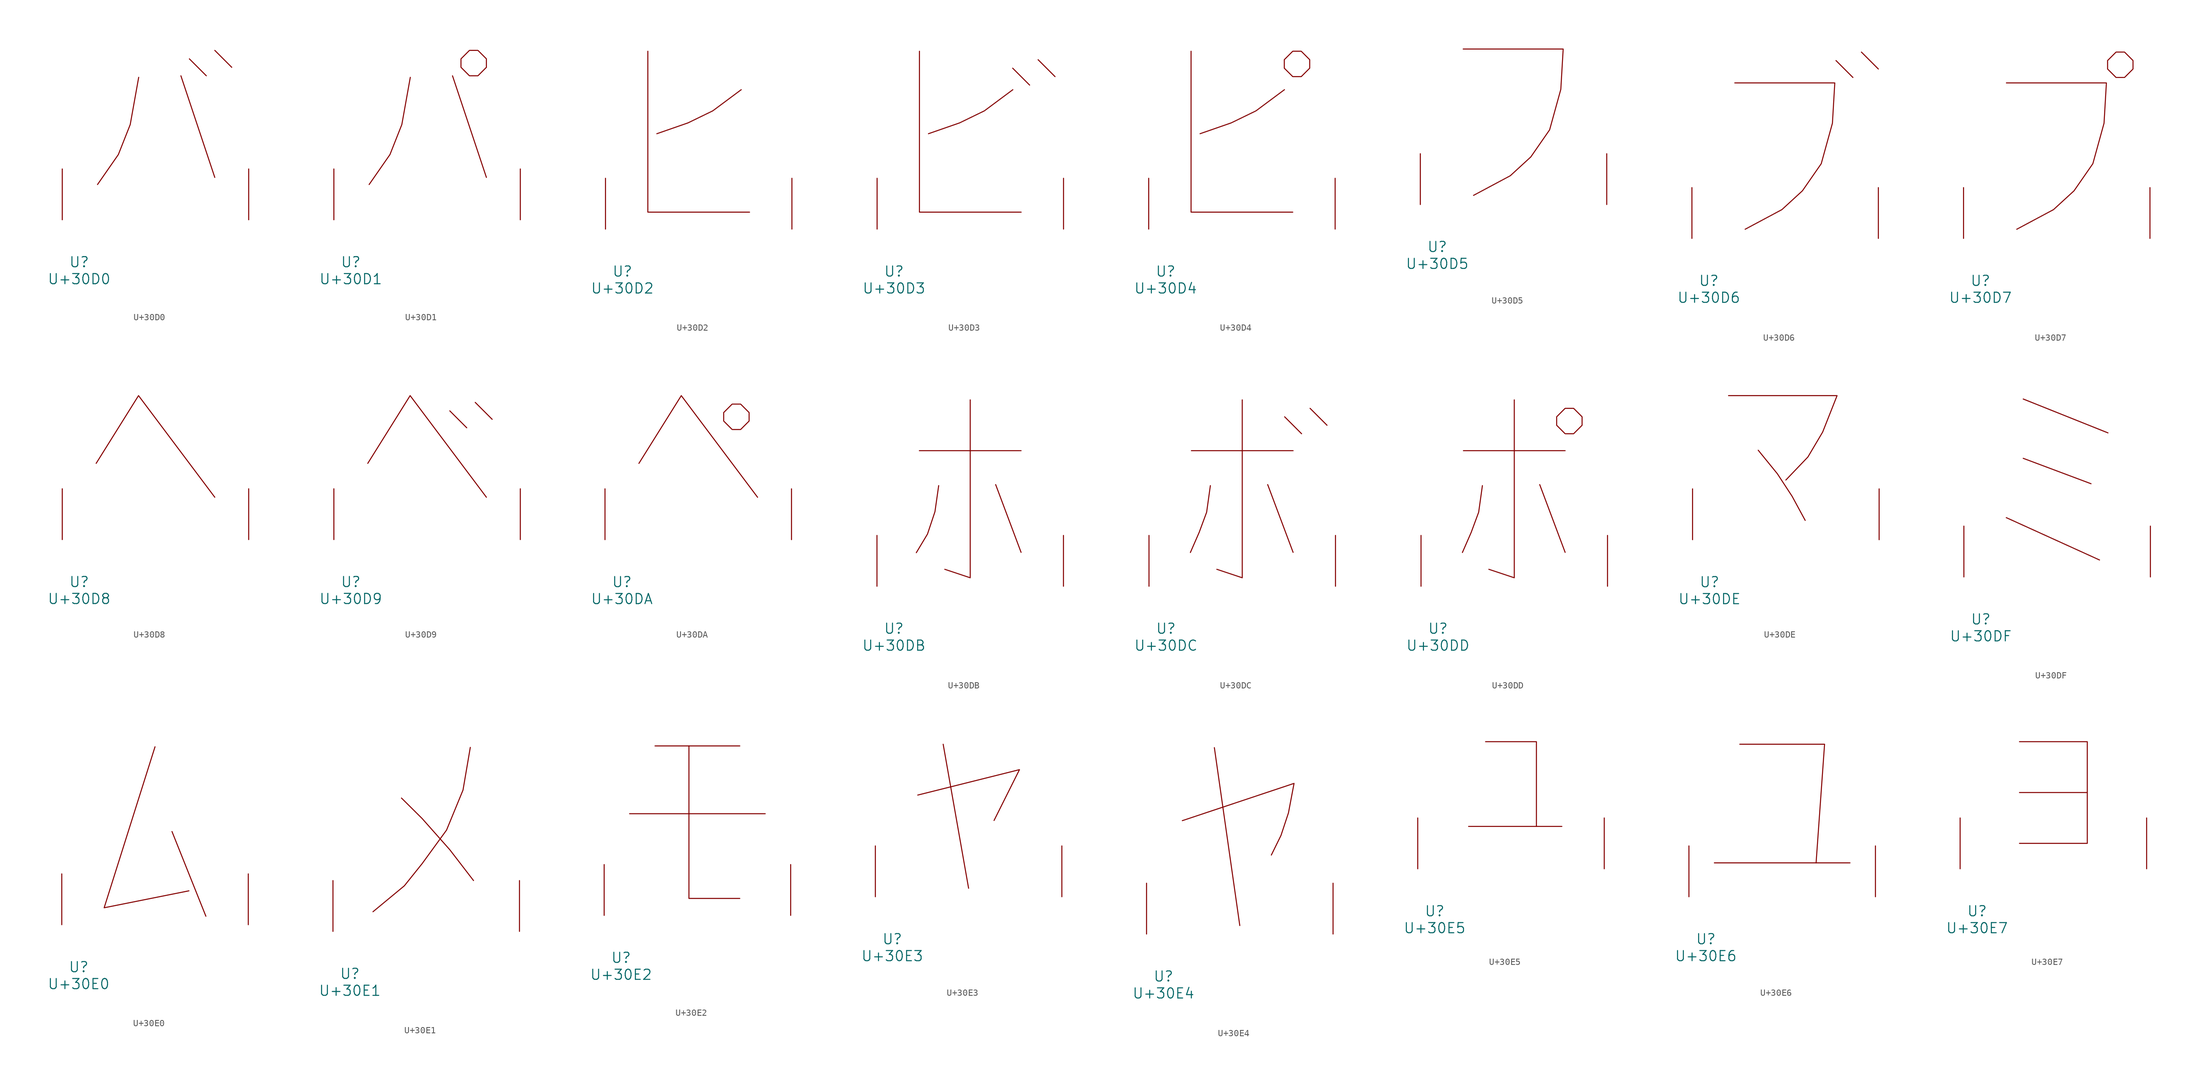
<source format=kicad_sym>
(kicad_symbol_lib
  (version 20231120)
  (generator "kicad_symbol_editor")
  (generator_version "8.0")
  (symbol "U+30D0"
    (pin_names
      (offset 1.016))
    (property "Reference" "U"
      (at 0 -6.35 0)
      (effects (font (size 1.524 1.524))))
    (property "Value" "U+30D0"
      (at 0 -8.89 0)
      (effects (font (size 1.524 1.524))))
    (symbol "U+30D0_0_1"
      (polyline (pts (xy 15.24 21.59) (xy 20.32 6.35)) (stroke (width 0) (type solid)) (fill (type none)))
      (polyline (pts (xy 16.51 24.13) (xy 19.05 21.59)) (stroke (width 0) (type solid)) (fill (type none)))
      (polyline (pts (xy 20.32 25.4) (xy 22.86 22.86)) (stroke (width 0) (type solid)) (fill (type none)))
      (polyline (pts (xy 8.915 21.361) (xy 7.645 14.275) (xy 5.867 9.779) (xy 2.743 5.283)) (stroke (width 0) (type solid)) (fill (type none)))
      (pin input line (at -2.54 0 90) (length 7.62) (name "~" (effects (font (size 1.27 1.27)))) (number "~" (effects (font (size 1.27 1.27)))))
      (pin input line (at 25.4 0 90) (length 7.62) (name "~" (effects (font (size 1.27 1.27)))) (number "~" (effects (font (size 1.27 1.27)))))))
  (symbol "U+30D1"
    (pin_names
      (offset 1.016))
    (property "Reference" "U"
      (at 0 -6.35 0)
      (effects (font (size 1.524 1.524))))
    (property "Value" "U+30D1"
      (at 0 -8.89 0)
      (effects (font (size 1.524 1.524))))
    (symbol "U+30D1_0_1"
      (polyline (pts (xy 15.24 21.59) (xy 20.32 6.35)) (stroke (width 0) (type solid)) (fill (type none)))
      (polyline (pts (xy 8.915 21.361) (xy 7.645 14.275) (xy 5.867 9.779) (xy 2.743 5.283)) (stroke (width 0) (type solid)) (fill (type none)))
      (polyline (pts (xy 17.78 25.4) (xy 19.05 25.4) (xy 20.32 24.13) (xy 20.32 22.86) (xy 19.05 21.59) (xy 17.78 21.59) (xy 16.51 22.86) (xy 16.51 24.13) (xy 17.78 25.4)) (stroke (width 0) (type solid)) (fill (type none)))
      (pin input line (at -2.54 0 90) (length 7.62) (name "~" (effects (font (size 1.27 1.27)))) (number "~" (effects (font (size 1.27 1.27)))))
      (pin input line (at 25.4 0 90) (length 7.62) (name "~" (effects (font (size 1.27 1.27)))) (number "~" (effects (font (size 1.27 1.27)))))))
  (symbol "U+30D2"
    (pin_names
      (offset 1.016))
    (property "Reference" "U"
      (at 0 -6.35 0)
      (effects (font (size 1.524 1.524))))
    (property "Value" "U+30D2"
      (at 0 -8.89 0)
      (effects (font (size 1.524 1.524))))
    (symbol "U+30D2_0_1"
      (polyline (pts (xy 3.81 26.67) (xy 3.81 2.54) (xy 19.05 2.54)) (stroke (width 0) (type solid)) (fill (type none)))
      (polyline (pts (xy 17.805 20.904) (xy 13.538 17.729) (xy 9.83 15.926) (xy 5.156 14.3)) (stroke (width 0) (type solid)) (fill (type none)))
      (pin input line (at -2.54 0 90) (length 7.62) (name "~" (effects (font (size 1.27 1.27)))) (number "~" (effects (font (size 1.27 1.27)))))
      (pin input line (at 25.4 0 90) (length 7.62) (name "~" (effects (font (size 1.27 1.27)))) (number "~" (effects (font (size 1.27 1.27)))))))
  (symbol "U+30D3"
    (pin_names
      (offset 1.016))
    (property "Reference" "U"
      (at 0 -6.35 0)
      (effects (font (size 1.524 1.524))))
    (property "Value" "U+30D3"
      (at 0 -8.89 0)
      (effects (font (size 1.524 1.524))))
    (symbol "U+30D3_0_1"
      (polyline (pts (xy 17.78 24.13) (xy 20.32 21.59)) (stroke (width 0) (type solid)) (fill (type none)))
      (polyline (pts (xy 21.59 25.4) (xy 24.13 22.86)) (stroke (width 0) (type solid)) (fill (type none)))
      (polyline (pts (xy 3.81 26.67) (xy 3.81 2.54) (xy 19.05 2.54)) (stroke (width 0) (type solid)) (fill (type none)))
      (polyline (pts (xy 17.805 20.904) (xy 13.538 17.729) (xy 9.83 15.926) (xy 5.156 14.3)) (stroke (width 0) (type solid)) (fill (type none)))
      (pin input line (at -2.54 0 90) (length 7.62) (name "~" (effects (font (size 1.27 1.27)))) (number "~" (effects (font (size 1.27 1.27)))))
      (pin input line (at 25.4 0 90) (length 7.62) (name "~" (effects (font (size 1.27 1.27)))) (number "~" (effects (font (size 1.27 1.27)))))))
  (symbol "U+30D4"
    (pin_names
      (offset 1.016))
    (property "Reference" "U"
      (at 0 -6.35 0)
      (effects (font (size 1.524 1.524))))
    (property "Value" "U+30D4"
      (at 0 -8.89 0)
      (effects (font (size 1.524 1.524))))
    (symbol "U+30D4_0_1"
      (polyline (pts (xy 3.81 26.67) (xy 3.81 2.54) (xy 19.05 2.54)) (stroke (width 0) (type solid)) (fill (type none)))
      (polyline (pts (xy 17.805 20.904) (xy 13.538 17.729) (xy 9.83 15.926) (xy 5.156 14.3)) (stroke (width 0) (type solid)) (fill (type none)))
      (polyline (pts (xy 19.05 26.67) (xy 20.32 26.67) (xy 21.59 25.4) (xy 21.59 24.13) (xy 20.32 22.86) (xy 19.05 22.86) (xy 17.78 24.13) (xy 17.78 25.4) (xy 19.05 26.67)) (stroke (width 0) (type solid)) (fill (type none)))
      (pin input line (at -2.54 0 90) (length 7.62) (name "~" (effects (font (size 1.27 1.27)))) (number "~" (effects (font (size 1.27 1.27)))))
      (pin input line (at 25.4 0 90) (length 7.62) (name "~" (effects (font (size 1.27 1.27)))) (number "~" (effects (font (size 1.27 1.27)))))))
  (symbol "U+30D5"
    (pin_names
      (offset 1.016))
    (property "Reference" "U"
      (at 0 -6.35 0)
      (effects (font (size 1.524 1.524))))
    (property "Value" "U+30D5"
      (at 0 -8.89 0)
      (effects (font (size 1.524 1.524))))
    (symbol "U+30D5_0_1"
      (polyline (pts (xy 3.886 23.317) (xy 18.872 23.317) (xy 18.517 17.272) (xy 16.84 11.201) (xy 14.021 7.137) (xy 10.947 4.318) (xy 5.436 1.372)) (stroke (width 0) (type solid)) (fill (type none)))
      (pin input line (at -2.54 0 90) (length 7.62) (name "~" (effects (font (size 1.27 1.27)))) (number "~" (effects (font (size 1.27 1.27)))))
      (pin input line (at 25.4 0 90) (length 7.62) (name "~" (effects (font (size 1.27 1.27)))) (number "~" (effects (font (size 1.27 1.27)))))))
  (symbol "U+30D6"
    (pin_names
      (offset 1.016))
    (property "Reference" "U"
      (at 0 -6.35 0)
      (effects (font (size 1.524 1.524))))
    (property "Value" "U+30D6"
      (at 0 -8.89 0)
      (effects (font (size 1.524 1.524))))
    (symbol "U+30D6_0_1"
      (polyline (pts (xy 19.05 26.67) (xy 21.59 24.13)) (stroke (width 0) (type solid)) (fill (type none)))
      (polyline (pts (xy 22.86 27.94) (xy 25.4 25.4)) (stroke (width 0) (type solid)) (fill (type none)))
      (polyline (pts (xy 3.886 23.317) (xy 18.872 23.317) (xy 18.517 17.272) (xy 16.84 11.201) (xy 14.021 7.137) (xy 10.947 4.318) (xy 5.436 1.372)) (stroke (width 0) (type solid)) (fill (type none)))
      (pin input line (at -2.54 0 90) (length 7.62) (name "~" (effects (font (size 1.27 1.27)))) (number "~" (effects (font (size 1.27 1.27)))))
      (pin input line (at 25.4 0 90) (length 7.62) (name "~" (effects (font (size 1.27 1.27)))) (number "~" (effects (font (size 1.27 1.27)))))))
  (symbol "U+30D7"
    (pin_names
      (offset 1.016))
    (property "Reference" "U"
      (at 0 -6.35 0)
      (effects (font (size 1.524 1.524))))
    (property "Value" "U+30D7"
      (at 0 -8.89 0)
      (effects (font (size 1.524 1.524))))
    (symbol "U+30D7_0_1"
      (polyline (pts (xy 3.886 23.317) (xy 18.872 23.317) (xy 18.517 17.272) (xy 16.84 11.201) (xy 14.021 7.137) (xy 10.947 4.318) (xy 5.436 1.372)) (stroke (width 0) (type solid)) (fill (type none)))
      (polyline (pts (xy 20.32 27.94) (xy 21.59 27.94) (xy 22.86 26.67) (xy 22.86 25.4) (xy 21.59 24.13) (xy 20.32 24.13) (xy 19.05 25.4) (xy 19.05 26.67) (xy 20.32 27.94)) (stroke (width 0) (type solid)) (fill (type none)))
      (pin input line (at -2.54 0 90) (length 7.62) (name "~" (effects (font (size 1.27 1.27)))) (number "~" (effects (font (size 1.27 1.27)))))
      (pin input line (at 25.4 0 90) (length 7.62) (name "~" (effects (font (size 1.27 1.27)))) (number "~" (effects (font (size 1.27 1.27)))))))
  (symbol "U+30D8"
    (pin_names
      (offset 1.016))
    (property "Reference" "U"
      (at 0 -6.35 0)
      (effects (font (size 1.524 1.524))))
    (property "Value" "U+30D8"
      (at 0 -8.89 0)
      (effects (font (size 1.524 1.524))))
    (symbol "U+30D8_0_1"
      (polyline (pts (xy 2.54 11.43) (xy 8.89 21.59) (xy 20.32 6.35)) (stroke (width 0) (type solid)) (fill (type none)))
      (pin input line (at -2.54 0 90) (length 7.62) (name "~" (effects (font (size 1.27 1.27)))) (number "~" (effects (font (size 1.27 1.27)))))
      (pin input line (at 25.4 0 90) (length 7.62) (name "~" (effects (font (size 1.27 1.27)))) (number "~" (effects (font (size 1.27 1.27)))))))
  (symbol "U+30D9"
    (pin_names
      (offset 1.016))
    (property "Reference" "U"
      (at 0 -6.35 0)
      (effects (font (size 1.524 1.524))))
    (property "Value" "U+30D9"
      (at 0 -8.89 0)
      (effects (font (size 1.524 1.524))))
    (symbol "U+30D9_0_1"
      (polyline (pts (xy 14.834 19.304) (xy 17.374 16.764)) (stroke (width 0) (type solid)) (fill (type none)))
      (polyline (pts (xy 18.644 20.574) (xy 21.184 18.034)) (stroke (width 0) (type solid)) (fill (type none)))
      (polyline (pts (xy 2.54 11.43) (xy 8.89 21.59) (xy 20.32 6.35)) (stroke (width 0) (type solid)) (fill (type none)))
      (pin input line (at -2.54 0 90) (length 7.62) (name "~" (effects (font (size 1.27 1.27)))) (number "~" (effects (font (size 1.27 1.27)))))
      (pin input line (at 25.4 0 90) (length 7.62) (name "~" (effects (font (size 1.27 1.27)))) (number "~" (effects (font (size 1.27 1.27)))))))
  (symbol "U+30DA"
    (pin_names
      (offset 1.016))
    (property "Reference" "U"
      (at 0 -6.35 0)
      (effects (font (size 1.524 1.524))))
    (property "Value" "U+30DA"
      (at 0 -8.89 0)
      (effects (font (size 1.524 1.524))))
    (symbol "U+30DA_0_1"
      (polyline (pts (xy 2.54 11.43) (xy 8.89 21.59) (xy 20.32 6.35)) (stroke (width 0) (type solid)) (fill (type none)))
      (polyline (pts (xy 16.51 20.32) (xy 17.78 20.32) (xy 19.05 19.05) (xy 19.05 17.78) (xy 17.78 16.51) (xy 16.51 16.51) (xy 15.24 17.78) (xy 15.24 19.05) (xy 16.51 20.32)) (stroke (width 0) (type solid)) (fill (type none)))
      (pin input line (at -2.54 0 90) (length 7.62) (name "~" (effects (font (size 1.27 1.27)))) (number "~" (effects (font (size 1.27 1.27)))))
      (pin input line (at 25.4 0 90) (length 7.62) (name "~" (effects (font (size 1.27 1.27)))) (number "~" (effects (font (size 1.27 1.27)))))))
  (symbol "U+30DB"
    (pin_names
      (offset 1.016))
    (property "Reference" "U"
      (at 0 -6.35 0)
      (effects (font (size 1.524 1.524))))
    (property "Value" "U+30DB"
      (at 0 -8.89 0)
      (effects (font (size 1.524 1.524))))
    (symbol "U+30DB_0_1"
      (polyline (pts (xy 3.81 20.32) (xy 19.05 20.32)) (stroke (width 0) (type solid)) (fill (type none)))
      (polyline (pts (xy 15.24 15.24) (xy 19.05 5.08)) (stroke (width 0) (type solid)) (fill (type none)))
      (polyline (pts (xy 11.43 27.94) (xy 11.43 1.27) (xy 7.62 2.54)) (stroke (width 0) (type solid)) (fill (type none)))
      (polyline (pts (xy 6.706 15.088) (xy 6.147 11.176) (xy 5.029 7.823) (xy 3.353 5.029)) (stroke (width 0) (type solid)) (fill (type none)))
      (pin input line (at -2.54 0 90) (length 7.62) (name "~" (effects (font (size 1.27 1.27)))) (number "~" (effects (font (size 1.27 1.27)))))
      (pin input line (at 25.4 0 90) (length 7.62) (name "~" (effects (font (size 1.27 1.27)))) (number "~" (effects (font (size 1.27 1.27)))))))
  (symbol "U+30DC"
    (pin_names
      (offset 1.016))
    (property "Reference" "U"
      (at 0 -6.35 0)
      (effects (font (size 1.524 1.524))))
    (property "Value" "U+30DC"
      (at 0 -8.89 0)
      (effects (font (size 1.524 1.524))))
    (symbol "U+30DC_0_1"
      (polyline (pts (xy 3.81 20.32) (xy 19.05 20.32)) (stroke (width 0) (type solid)) (fill (type none)))
      (polyline (pts (xy 15.24 15.24) (xy 19.05 5.08)) (stroke (width 0) (type solid)) (fill (type none)))
      (polyline (pts (xy 17.78 25.4) (xy 20.32 22.86)) (stroke (width 0) (type solid)) (fill (type none)))
      (polyline (pts (xy 21.59 26.67) (xy 24.13 24.13)) (stroke (width 0) (type solid)) (fill (type none)))
      (polyline (pts (xy 11.43 27.94) (xy 11.43 1.27) (xy 7.62 2.54)) (stroke (width 0) (type solid)) (fill (type none)))
      (polyline (pts (xy 6.655 15.088) (xy 6.096 11.1) (xy 4.978 8.077) (xy 3.658 5.055)) (stroke (width 0) (type solid)) (fill (type none)))
      (pin input line (at -2.54 0 90) (length 7.62) (name "~" (effects (font (size 1.27 1.27)))) (number "~" (effects (font (size 1.27 1.27)))))
      (pin input line (at 25.4 0 90) (length 7.62) (name "~" (effects (font (size 1.27 1.27)))) (number "~" (effects (font (size 1.27 1.27)))))))
  (symbol "U+30DD"
    (pin_names
      (offset 1.016))
    (property "Reference" "U"
      (at 0 -6.35 0)
      (effects (font (size 1.524 1.524))))
    (property "Value" "U+30DD"
      (at 0 -8.89 0)
      (effects (font (size 1.524 1.524))))
    (symbol "U+30DD_0_1"
      (polyline (pts (xy 3.81 20.32) (xy 19.05 20.32)) (stroke (width 0) (type solid)) (fill (type none)))
      (polyline (pts (xy 15.24 15.24) (xy 19.05 5.08)) (stroke (width 0) (type solid)) (fill (type none)))
      (polyline (pts (xy 11.43 27.94) (xy 11.43 1.27) (xy 7.62 2.54)) (stroke (width 0) (type solid)) (fill (type none)))
      (polyline (pts (xy 6.655 15.088) (xy 6.096 11.1) (xy 4.978 8.077) (xy 3.658 5.055)) (stroke (width 0) (type solid)) (fill (type none)))
      (polyline (pts (xy 19.05 26.67) (xy 20.32 26.67) (xy 21.59 25.4) (xy 21.59 24.13) (xy 20.32 22.86) (xy 19.05 22.86) (xy 17.78 24.13) (xy 17.78 25.4) (xy 19.05 26.67)) (stroke (width 0) (type solid)) (fill (type none)))
      (pin input line (at -2.54 0 90) (length 7.62) (name "~" (effects (font (size 1.27 1.27)))) (number "~" (effects (font (size 1.27 1.27)))))
      (pin input line (at 25.4 0 90) (length 7.62) (name "~" (effects (font (size 1.27 1.27)))) (number "~" (effects (font (size 1.27 1.27)))))))
  (symbol "U+30DE"
    (pin_names
      (offset 1.016))
    (property "Reference" "U"
      (at 0 -6.35 0)
      (effects (font (size 1.524 1.524))))
    (property "Value" "U+30DE"
      (at 0 -8.89 0)
      (effects (font (size 1.524 1.524))))
    (symbol "U+30DE_0_1"
      (polyline (pts (xy 7.29 13.411) (xy 10.16 9.881) (xy 12.37 6.502) (xy 14.326 2.896)) (stroke (width 0) (type solid)) (fill (type none)))
      (polyline (pts (xy 2.845 21.59) (xy 19.101 21.59) (xy 16.942 16.129) (xy 14.732 12.395) (xy 11.43 8.941)) (stroke (width 0) (type solid)) (fill (type none)))
      (pin input line (at -2.54 0 90) (length 7.62) (name "~" (effects (font (size 1.27 1.27)))) (number "~" (effects (font (size 1.27 1.27)))))
      (pin input line (at 25.4 0 90) (length 7.62) (name "~" (effects (font (size 1.27 1.27)))) (number "~" (effects (font (size 1.27 1.27)))))))
  (symbol "U+30DF"
    (pin_names
      (offset 1.016))
    (property "Reference" "U"
      (at 0 -6.35 0)
      (effects (font (size 1.524 1.524))))
    (property "Value" "U+30DF"
      (at 0 -8.89 0)
      (effects (font (size 1.524 1.524))))
    (symbol "U+30DF_0_1"
      (polyline (pts (xy 3.81 8.89) (xy 17.78 2.54)) (stroke (width 0) (type solid)) (fill (type none)))
      (polyline (pts (xy 6.35 17.78) (xy 16.51 13.97)) (stroke (width 0) (type solid)) (fill (type none)))
      (polyline (pts (xy 6.35 26.67) (xy 19.05 21.59)) (stroke (width 0) (type solid)) (fill (type none)))
      (pin input line (at -2.54 0 90) (length 7.62) (name "~" (effects (font (size 1.27 1.27)))) (number "~" (effects (font (size 1.27 1.27)))))
      (pin input line (at 25.4 0 90) (length 7.62) (name "~" (effects (font (size 1.27 1.27)))) (number "~" (effects (font (size 1.27 1.27)))))))
  (symbol "U+30E0"
    (pin_names
      (offset 1.016))
    (property "Reference" "U"
      (at 0 -6.35 0)
      (effects (font (size 1.524 1.524))))
    (property "Value" "U+30E0"
      (at 0 -8.89 0)
      (effects (font (size 1.524 1.524))))
    (symbol "U+30E0_0_1"
      (polyline (pts (xy 13.97 13.97) (xy 19.05 1.27)) (stroke (width 0) (type solid)) (fill (type none)))
      (polyline (pts (xy 11.43 26.67) (xy 3.81 2.54) (xy 16.51 5.08)) (stroke (width 0) (type solid)) (fill (type none)))
      (pin input line (at -2.54 0 90) (length 7.62) (name "~" (effects (font (size 1.27 1.27)))) (number "~" (effects (font (size 1.27 1.27)))))
      (pin input line (at 25.4 0 90) (length 7.62) (name "~" (effects (font (size 1.27 1.27)))) (number "~" (effects (font (size 1.27 1.27)))))))
  (symbol "U+30E1"
    (pin_names
      (offset 1.016))
    (property "Reference" "U"
      (at 0 -6.35 0)
      (effects (font (size 1.524 1.524))))
    (property "Value" "U+30E1"
      (at 0 -8.89 0)
      (effects (font (size 1.524 1.524))))
    (symbol "U+30E1_0_1"
      (polyline (pts (xy 7.722 19.99) (xy 10.82 16.916) (xy 14.961 12.243) (xy 18.517 7.62)) (stroke (width 0) (type solid)) (fill (type none)))
      (polyline (pts (xy 18.034 27.584) (xy 16.942 21.184) (xy 14.478 15.189) (xy 10.82 10.16) (xy 8.153 6.833) (xy 3.454 2.946)) (stroke (width 0) (type solid)) (fill (type none)))
      (pin input line (at -2.54 0 90) (length 7.62) (name "~" (effects (font (size 1.27 1.27)))) (number "~" (effects (font (size 1.27 1.27)))))
      (pin input line (at 25.4 0 90) (length 7.62) (name "~" (effects (font (size 1.27 1.27)))) (number "~" (effects (font (size 1.27 1.27)))))))
  (symbol "U+30E2"
    (pin_names
      (offset 1.016))
    (property "Reference" "U"
      (at 0 -6.35 0)
      (effects (font (size 1.524 1.524))))
    (property "Value" "U+30E2"
      (at 0 -8.89 0)
      (effects (font (size 1.524 1.524))))
    (symbol "U+30E2_0_1"
      (polyline (pts (xy 1.27 15.24) (xy 21.59 15.24)) (stroke (width 0) (type solid)) (fill (type none)))
      (polyline (pts (xy 5.08 25.4) (xy 17.78 25.4)) (stroke (width 0) (type solid)) (fill (type none)))
      (polyline (pts (xy 10.16 25.4) (xy 10.16 2.54) (xy 17.78 2.54)) (stroke (width 0) (type solid)) (fill (type none)))
      (pin input line (at -2.54 0 90) (length 7.62) (name "~" (effects (font (size 1.27 1.27)))) (number "~" (effects (font (size 1.27 1.27)))))
      (pin input line (at 25.4 0 90) (length 7.62) (name "~" (effects (font (size 1.27 1.27)))) (number "~" (effects (font (size 1.27 1.27)))))))
  (symbol "U+30E3"
    (pin_names
      (offset 1.016))
    (property "Reference" "U"
      (at 0 -6.35 0)
      (effects (font (size 1.524 1.524))))
    (property "Value" "U+30E3"
      (at 0 -8.89 0)
      (effects (font (size 1.524 1.524))))
    (symbol "U+30E3_0_1"
      (polyline (pts (xy 7.62 22.86) (xy 11.43 1.27)) (stroke (width 0) (type solid)) (fill (type none)))
      (polyline (pts (xy 3.81 15.24) (xy 19.05 19.05) (xy 15.24 11.43)) (stroke (width 0) (type solid)) (fill (type none)))
      (pin input line (at -2.54 0 90) (length 7.62) (name "~" (effects (font (size 1.27 1.27)))) (number "~" (effects (font (size 1.27 1.27)))))
      (pin input line (at 25.4 0 90) (length 7.62) (name "~" (effects (font (size 1.27 1.27)))) (number "~" (effects (font (size 1.27 1.27)))))))
  (symbol "U+30E4"
    (pin_names
      (offset 1.016))
    (property "Reference" "U"
      (at 0 -6.35 0)
      (effects (font (size 1.524 1.524))))
    (property "Value" "U+30E4"
      (at 0 -8.89 0)
      (effects (font (size 1.524 1.524))))
    (symbol "U+30E4_0_1"
      (polyline (pts (xy 7.62 27.94) (xy 11.43 1.27)) (stroke (width 0) (type solid)) (fill (type none)))
      (polyline (pts (xy 2.819 16.993) (xy 19.558 22.581) (xy 18.72 18.161) (xy 17.602 14.783) (xy 16.154 11.836)) (stroke (width 0) (type solid)) (fill (type none)))
      (pin input line (at -2.54 0 90) (length 7.62) (name "~" (effects (font (size 1.27 1.27)))) (number "~" (effects (font (size 1.27 1.27)))))
      (pin input line (at 25.4 0 90) (length 7.62) (name "~" (effects (font (size 1.27 1.27)))) (number "~" (effects (font (size 1.27 1.27)))))))
  (symbol "U+30E5"
    (pin_names
      (offset 1.016))
    (property "Reference" "U"
      (at 0 -6.35 0)
      (effects (font (size 1.524 1.524))))
    (property "Value" "U+30E5"
      (at 0 -8.89 0)
      (effects (font (size 1.524 1.524))))
    (symbol "U+30E5_0_1"
      (polyline (pts (xy 5.08 6.35) (xy 19.05 6.35)) (stroke (width 0) (type solid)) (fill (type none)))
      (polyline (pts (xy 7.62 19.05) (xy 15.24 19.05) (xy 15.24 6.35)) (stroke (width 0) (type solid)) (fill (type none)))
      (pin input line (at -2.54 0 90) (length 7.62) (name "~" (effects (font (size 1.27 1.27)))) (number "~" (effects (font (size 1.27 1.27)))))
      (pin input line (at 25.4 0 90) (length 7.62) (name "~" (effects (font (size 1.27 1.27)))) (number "~" (effects (font (size 1.27 1.27)))))))
  (symbol "U+30E6"
    (pin_names
      (offset 1.016))
    (property "Reference" "U"
      (at 0 -6.35 0)
      (effects (font (size 1.524 1.524))))
    (property "Value" "U+30E6"
      (at 0 -8.89 0)
      (effects (font (size 1.524 1.524))))
    (symbol "U+30E6_0_1"
      (polyline (pts (xy 1.27 5.08) (xy 21.59 5.08)) (stroke (width 0) (type solid)) (fill (type none)))
      (polyline (pts (xy 5.08 22.86) (xy 17.78 22.86) (xy 16.51 5.08)) (stroke (width 0) (type solid)) (fill (type none)))
      (pin input line (at -2.54 0 90) (length 7.62) (name "~" (effects (font (size 1.27 1.27)))) (number "~" (effects (font (size 1.27 1.27)))))
      (pin input line (at 25.4 0 90) (length 7.62) (name "~" (effects (font (size 1.27 1.27)))) (number "~" (effects (font (size 1.27 1.27)))))))
  (symbol "U+30E7"
    (pin_names
      (offset 1.016))
    (property "Reference" "U"
      (at 0 -6.35 0)
      (effects (font (size 1.524 1.524))))
    (property "Value" "U+30E7"
      (at 0 -8.89 0)
      (effects (font (size 1.524 1.524))))
    (symbol "U+30E7_0_1"
      (polyline (pts (xy 6.35 11.43) (xy 16.51 11.43)) (stroke (width 0) (type solid)) (fill (type none)))
      (polyline (pts (xy 6.35 19.05) (xy 16.51 19.05) (xy 16.51 3.81) (xy 6.35 3.81)) (stroke (width 0) (type solid)) (fill (type none)))
      (pin input line (at -2.54 0 90) (length 7.62) (name "~" (effects (font (size 1.27 1.27)))) (number "~" (effects (font (size 1.27 1.27)))))
      (pin input line (at 25.4 0 90) (length 7.62) (name "~" (effects (font (size 1.27 1.27)))) (number "~" (effects (font (size 1.27 1.27))))))))
</source>
